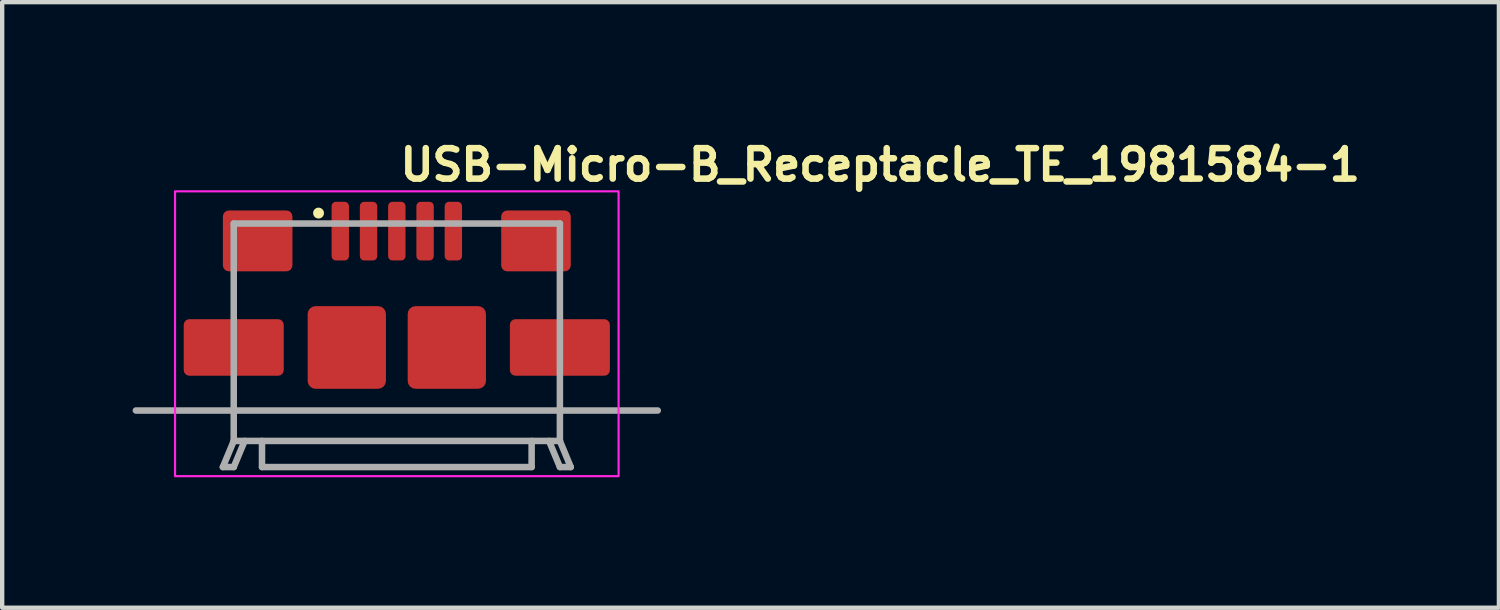
<source format=kicad_pcb>
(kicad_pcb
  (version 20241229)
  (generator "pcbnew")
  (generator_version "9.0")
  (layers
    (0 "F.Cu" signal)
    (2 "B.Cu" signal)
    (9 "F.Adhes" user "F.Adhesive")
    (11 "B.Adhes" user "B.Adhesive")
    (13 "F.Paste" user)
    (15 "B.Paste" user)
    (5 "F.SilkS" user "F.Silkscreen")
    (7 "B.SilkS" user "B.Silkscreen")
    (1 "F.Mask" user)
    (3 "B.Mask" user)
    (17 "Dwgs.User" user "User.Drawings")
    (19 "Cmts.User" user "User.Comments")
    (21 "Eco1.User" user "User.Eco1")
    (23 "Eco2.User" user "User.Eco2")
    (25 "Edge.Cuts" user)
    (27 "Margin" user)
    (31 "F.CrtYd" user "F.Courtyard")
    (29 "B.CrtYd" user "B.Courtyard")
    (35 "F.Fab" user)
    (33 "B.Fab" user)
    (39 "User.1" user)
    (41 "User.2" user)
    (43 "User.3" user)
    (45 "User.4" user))
  (footprint "USB-Micro-B_Receptacle_TE_1981584-1"
    (layer "F.Cu")
    (at 6.075 4.85)
    (property "Reference" "USB-Micro-B_Receptacle_TE_1981584-1" (at 0 -3.7 0) (layer "F.SilkS") (effects (font (size 0.7 0.7) (thickness 0.15)) (justify left bottom)))
    (attr smd)
    (fp_circle (center -1.8 -3) (end -1.75 -3) (stroke (width 0.15) (type solid)) (fill yes) (layer "F.SilkS"))
    (fp_rect (start -5.1 -3.5) (end 5.1 3.05) (stroke (width 0.05) (type solid)) (fill no) (layer "F.CrtYd"))
    (fp_line (start -6 1.54) (end 6 1.54) (stroke (width 0.15) (type solid)) (layer "F.Fab"))
    (fp_line (start -4 2.84) (end -3.75 2.84) (stroke (width 0.15) (type solid)) (layer "F.Fab"))
    (fp_line (start -3.75 -2.76) (end 3.75 -2.76) (stroke (width 0.15) (type solid)) (layer "F.Fab"))
    (fp_line (start -3.75 2.24) (end -4 2.84) (stroke (width 0.15) (type solid)) (layer "F.Fab"))
    (fp_line (start -3.75 2.24) (end -3.75 -2.76) (stroke (width 0.15) (type solid)) (layer "F.Fab"))
    (fp_line (start -3.75 2.84) (end -3.5 2.24) (stroke (width 0.15) (type solid)) (layer "F.Fab"))
    (fp_line (start -3.1 2.24) (end -3.1 2.84) (stroke (width 0.15) (type solid)) (layer "F.Fab"))
    (fp_line (start -3.1 2.84) (end 3.1 2.84) (stroke (width 0.15) (type solid)) (layer "F.Fab"))
    (fp_line (start 3.1 2.84) (end 3.1 2.24) (stroke (width 0.15) (type solid)) (layer "F.Fab"))
    (fp_line (start 3.75 -2.76) (end 3.75 2.24) (stroke (width 0.15) (type solid)) (layer "F.Fab"))
    (fp_line (start 3.75 2.24) (end -3.75 2.24) (stroke (width 0.15) (type solid)) (layer "F.Fab"))
    (fp_line (start 3.75 2.24) (end 4 2.84) (stroke (width 0.15) (type solid)) (layer "F.Fab"))
    (fp_line (start 3.75 2.84) (end 3.5 2.24) (stroke (width 0.15) (type solid)) (layer "F.Fab"))
    (fp_line (start 4 2.84) (end 3.75 2.84) (stroke (width 0.15) (type solid)) (layer "F.Fab"))
    (fp_rect (start -4.4 -2.8) (end 4.4 2.8) (stroke (width 0.1) (type solid)) (fill no) (layer "User.5"))
    (fp_line (start -4.4 -0.2) (end -4.4 0.3) (stroke (width 0.02) (type solid)) (layer "User.9"))
    (fp_line (start -4.4 0.3) (end -4.396 0.339) (stroke (width 0.02) (type solid)) (layer "User.9"))
    (fp_line (start -4.396 -0.239) (end -4.4 -0.2) (stroke (width 0.02) (type solid)) (layer "User.9"))
    (fp_line (start -4.396 0.339) (end -4.385 0.377) (stroke (width 0.02) (type solid)) (layer "User.9"))
    (fp_line (start -4.385 -0.277) (end -4.396 -0.239) (stroke (width 0.02) (type solid)) (layer "User.9"))
    (fp_line (start -4.385 0.377) (end -4.366 0.411) (stroke (width 0.02) (type solid)) (layer "User.9"))
    (fp_line (start -4.366 -0.311) (end -4.385 -0.277) (stroke (width 0.02) (type solid)) (layer "User.9"))
    (fp_line (start -4.366 0.411) (end -4.341 0.441) (stroke (width 0.02) (type solid)) (layer "User.9"))
    (fp_line (start -4.341 -0.341) (end -4.366 -0.311) (stroke (width 0.02) (type solid)) (layer "User.9"))
    (fp_line (start -4.341 0.441) (end -4.311 0.466) (stroke (width 0.02) (type solid)) (layer "User.9"))
    (fp_line (start -4.311 -0.366) (end -4.341 -0.341) (stroke (width 0.02) (type solid)) (layer "User.9"))
    (fp_line (start -4.311 0.466) (end -4.277 0.485) (stroke (width 0.02) (type solid)) (layer "User.9"))
    (fp_line (start -4.277 -0.385) (end -4.311 -0.366) (stroke (width 0.02) (type solid)) (layer "User.9"))
    (fp_line (start -4.277 0.485) (end -4.239 0.496) (stroke (width 0.02) (type solid)) (layer "User.9"))
    (fp_line (start -4.239 -0.396) (end -4.277 -0.385) (stroke (width 0.02) (type solid)) (layer "User.9"))
    (fp_line (start -4.239 0.496) (end -4.2 0.5) (stroke (width 0.02) (type solid)) (layer "User.9"))
    (fp_line (start -4.2 -0.4) (end -4.239 -0.396) (stroke (width 0.02) (type solid)) (layer "User.9"))
    (fp_line (start -4 2.589) (end -3.777 2.79) (stroke (width 0.02) (type solid)) (layer "User.9"))
    (fp_line (start -3.777 2.79) (end -3.527 2.512) (stroke (width 0.02) (type solid)) (layer "User.9"))
    (fp_line (start -3.75 -2.8) (end -3.75 2.2) (stroke (width 0.02) (type solid)) (layer "User.9"))
    (fp_line (start -3.75 -2.8) (end -3.747 -2.8) (stroke (width 0.02) (type solid)) (layer "User.9"))
    (fp_line (start -3.75 -0.4) (end -4.2 -0.4) (stroke (width 0.02) (type solid)) (layer "User.9"))
    (fp_line (start -3.75 0.5) (end -4.2 0.5) (stroke (width 0.02) (type solid)) (layer "User.9"))
    (fp_line (start -3.75 2.2) (end -3.75 2.312) (stroke (width 0.02) (type solid)) (layer "User.9"))
    (fp_line (start -3.75 2.2) (end -3.747 2.2) (stroke (width 0.02) (type solid)) (layer "User.9"))
    (fp_line (start -3.75 2.312) (end -4 2.589) (stroke (width 0.02) (type solid)) (layer "User.9"))
    (fp_line (start -3.747 -2.8) (end -3.737 -2.8) (stroke (width 0.02) (type solid)) (layer "User.9"))
    (fp_line (start -3.747 2.2) (end -3.737 2.2) (stroke (width 0.02) (type solid)) (layer "User.9"))
    (fp_line (start -3.737 -2.8) (end -3.722 -2.8) (stroke (width 0.02) (type solid)) (layer "User.9"))
    (fp_line (start -3.737 2.2) (end -3.722 2.2) (stroke (width 0.02) (type solid)) (layer "User.9"))
    (fp_line (start -3.722 -2.8) (end -3.7 -2.8) (stroke (width 0.02) (type solid)) (layer "User.9"))
    (fp_line (start -3.722 2.2) (end -3.7 2.2) (stroke (width 0.02) (type solid)) (layer "User.9"))
    (fp_line (start -3.7 -2.8) (end -3.673 -2.8) (stroke (width 0.02) (type solid)) (layer "User.9"))
    (fp_line (start -3.7 2.2) (end -3.673 2.2) (stroke (width 0.02) (type solid)) (layer "User.9"))
    (fp_line (start -3.673 -2.8) (end -3.641 -2.8) (stroke (width 0.02) (type solid)) (layer "User.9"))
    (fp_line (start -3.673 2.2) (end -3.641 2.2) (stroke (width 0.02) (type solid)) (layer "User.9"))
    (fp_line (start -3.641 -2.8) (end -3.604 -2.8) (stroke (width 0.02) (type solid)) (layer "User.9"))
    (fp_line (start -3.641 2.2) (end -3.604 2.2) (stroke (width 0.02) (type solid)) (layer "User.9"))
    (fp_line (start -3.604 -2.8) (end -3.562 -2.8) (stroke (width 0.02) (type solid)) (layer "User.9"))
    (fp_line (start -3.604 2.2) (end -3.562 2.2) (stroke (width 0.02) (type solid)) (layer "User.9"))
    (fp_line (start -3.562 -2.8) (end -3.516 -2.8) (stroke (width 0.02) (type solid)) (layer "User.9"))
    (fp_line (start -3.562 2.2) (end -3.516 2.2) (stroke (width 0.02) (type solid)) (layer "User.9"))
    (fp_line (start -3.527 2.512) (end -3.5 2.478) (stroke (width 0.02) (type solid)) (layer "User.9"))
    (fp_line (start -3.516 -2.8) (end -3.467 -2.8) (stroke (width 0.02) (type solid)) (layer "User.9"))
    (fp_line (start -3.516 2.2) (end -3.467 2.2) (stroke (width 0.02) (type solid)) (layer "User.9"))
    (fp_line (start -3.5 2.478) (end -3.479 2.439) (stroke (width 0.02) (type solid)) (layer "User.9"))
    (fp_line (start -3.479 2.439) (end -3.463 2.398) (stroke (width 0.02) (type solid)) (layer "User.9"))
    (fp_line (start -3.467 -2.8) (end -3.415 -2.8) (stroke (width 0.02) (type solid)) (layer "User.9"))
    (fp_line (start -3.467 2.2) (end -3.415 2.2) (stroke (width 0.02) (type solid)) (layer "User.9"))
    (fp_line (start -3.463 2.398) (end -3.453 2.355) (stroke (width 0.02) (type solid)) (layer "User.9"))
    (fp_line (start -3.453 2.355) (end -3.45 2.312) (stroke (width 0.02) (type solid)) (layer "User.9"))
    (fp_line (start -3.45 2.312) (end -3.45 2.2) (stroke (width 0.02) (type solid)) (layer "User.9"))
    (fp_line (start -3.415 -2.8) (end -3.361 -2.8) (stroke (width 0.02) (type solid)) (layer "User.9"))
    (fp_line (start -3.415 2.2) (end -3.361 2.2) (stroke (width 0.02) (type solid)) (layer "User.9"))
    (fp_line (start -3.361 -2.8) (end -3.306 -2.8) (stroke (width 0.02) (type solid)) (layer "User.9"))
    (fp_line (start -3.361 2.2) (end -3.306 2.2) (stroke (width 0.02) (type solid)) (layer "User.9"))
    (fp_line (start -3.306 -2.8) (end -3.25 -2.8) (stroke (width 0.02) (type solid)) (layer "User.9"))
    (fp_line (start -3.306 2.2) (end -3.25 2.2) (stroke (width 0.02) (type solid)) (layer "User.9"))
    (fp_line (start -3.25 -2.8) (end -3.25 2.2) (stroke (width 0.02) (type solid)) (layer "User.9"))
    (fp_line (start -3.25 -2.8) (end -2.849 -2.8) (stroke (width 0.02) (type solid)) (layer "User.9"))
    (fp_line (start -3.25 2.2) (end -3.1 2.2) (stroke (width 0.02) (type solid)) (layer "User.9"))
    (fp_line (start -3.15 -2) (end -3.15 -1.7) (stroke (width 0.02) (type solid)) (layer "User.9"))
    (fp_line (start -3.15 -1.7) (end -1.175 -1.7) (stroke (width 0.02) (type solid)) (layer "User.9"))
    (fp_line (start -3.1 2.2) (end -3.1 2.266) (stroke (width 0.02) (type solid)) (layer "User.9"))
    (fp_line (start -3.1 2.266) (end -3.1 2.599) (stroke (width 0.02) (type solid)) (layer "User.9"))
    (fp_line (start -3.1 2.266) (end 3.1 2.266) (stroke (width 0.02) (type solid)) (layer "User.9"))
    (fp_line (start -3.1 2.599) (end -3.1 2.8) (stroke (width 0.02) (type solid)) (layer "User.9"))
    (fp_line (start -3.1 2.599) (end 3.1 2.599) (stroke (width 0.02) (type solid)) (layer "User.9"))
    (fp_line (start -3.1 2.8) (end 3.1 2.8) (stroke (width 0.02) (type solid)) (layer "User.9"))
    (fp_line (start -2.849 -2.8) (end -2.843 -2.8) (stroke (width 0.02) (type solid)) (layer "User.9"))
    (fp_line (start -2.849 -2) (end -3.15 -2) (stroke (width 0.02) (type solid)) (layer "User.9"))
    (fp_line (start -2.849 -2) (end -2.849 -2.8) (stroke (width 0.02) (type solid)) (layer "User.9"))
    (fp_line (start -2.845 1.15) (end -2.842 1.176) (stroke (width 0.02) (type solid)) (layer "User.9"))
    (fp_line (start -2.843 -2.8) (end -2.837 -2.8) (stroke (width 0.02) (type solid)) (layer "User.9"))
    (fp_line (start -2.843 -2) (end -2.849 -2) (stroke (width 0.02) (type solid)) (layer "User.9"))
    (fp_line (start -2.842 1.124) (end -2.845 1.15) (stroke (width 0.02) (type solid)) (layer "User.9"))
    (fp_line (start -2.842 1.176) (end -2.832 1.2) (stroke (width 0.02) (type solid)) (layer "User.9"))
    (fp_line (start -2.837 -2.8) (end -2.832 -2.8) (stroke (width 0.02) (type solid)) (layer "User.9"))
    (fp_line (start -2.837 -2) (end -2.843 -2) (stroke (width 0.02) (type solid)) (layer "User.9"))
    (fp_line (start -2.832 -2.8) (end -2.826 -2.8) (stroke (width 0.02) (type solid)) (layer "User.9"))
    (fp_line (start -2.832 -2) (end -2.837 -2) (stroke (width 0.02) (type solid)) (layer "User.9"))
    (fp_line (start -2.832 1.1) (end -2.842 1.124) (stroke (width 0.02) (type solid)) (layer "User.9"))
    (fp_line (start -2.832 1.2) (end -2.816 1.221) (stroke (width 0.02) (type solid)) (layer "User.9"))
    (fp_line (start -2.826 -2.8) (end -2.82 -2.8) (stroke (width 0.02) (type solid)) (layer "User.9"))
    (fp_line (start -2.826 -2) (end -2.832 -2) (stroke (width 0.02) (type solid)) (layer "User.9"))
    (fp_line (start -2.82 -2.8) (end -2.814 -2.8) (stroke (width 0.02) (type solid)) (layer "User.9"))
    (fp_line (start -2.82 -2) (end -2.826 -2) (stroke (width 0.02) (type solid)) (layer "User.9"))
    (fp_line (start -2.816 1.221) (end -2.795 1.237) (stroke (width 0.02) (type solid)) (layer "User.9"))
    (fp_line (start -2.814 -2.8) (end -2.809 -2.8) (stroke (width 0.02) (type solid)) (layer "User.9"))
    (fp_line (start -2.814 -2) (end -2.82 -2) (stroke (width 0.02) (type solid)) (layer "User.9"))
    (fp_line (start -2.809 -2.8) (end -2.803 -2.8) (stroke (width 0.02) (type solid)) (layer "User.9"))
    (fp_line (start -2.809 -2) (end -2.814 -2) (stroke (width 0.02) (type solid)) (layer "User.9"))
    (fp_line (start -2.803 -2.8) (end -2.798 -2.8) (stroke (width 0.02) (type solid)) (layer "User.9"))
    (fp_line (start -2.803 -2) (end -2.809 -2) (stroke (width 0.02) (type solid)) (layer "User.9"))
    (fp_line (start -2.798 -2.8) (end -2.793 -2.8) (stroke (width 0.02) (type solid)) (layer "User.9"))
    (fp_line (start -2.798 -2) (end -2.803 -2) (stroke (width 0.02) (type solid)) (layer "User.9"))
    (fp_line (start -2.795 1.237) (end -2.771 1.247) (stroke (width 0.02) (type solid)) (layer "User.9"))
    (fp_line (start -2.793 -2.8) (end -2.788 -2.8) (stroke (width 0.02) (type solid)) (layer "User.9"))
    (fp_line (start -2.793 -2) (end -2.798 -2) (stroke (width 0.02) (type solid)) (layer "User.9"))
    (fp_line (start -2.788 -2.8) (end -2.784 -2.8) (stroke (width 0.02) (type solid)) (layer "User.9"))
    (fp_line (start -2.788 -2) (end -2.793 -2) (stroke (width 0.02) (type solid)) (layer "User.9"))
    (fp_line (start -2.784 -2.8) (end -2.779 -2.8) (stroke (width 0.02) (type solid)) (layer "User.9"))
    (fp_line (start -2.784 -2) (end -2.788 -2) (stroke (width 0.02) (type solid)) (layer "User.9"))
    (fp_line (start -2.779 -2.8) (end -2.775 -2.8) (stroke (width 0.02) (type solid)) (layer "User.9"))
    (fp_line (start -2.779 -2) (end -2.784 -2) (stroke (width 0.02) (type solid)) (layer "User.9"))
    (fp_line (start -2.775 -2.8) (end -2 -2.8) (stroke (width 0.02) (type solid)) (layer "User.9"))
    (fp_line (start -2.775 -2) (end -2.779 -2) (stroke (width 0.02) (type solid)) (layer "User.9"))
    (fp_line (start -2.775 -2) (end -2.775 -2.8) (stroke (width 0.02) (type solid)) (layer "User.9"))
    (fp_line (start -2.775 -2) (end -2.534 -2) (stroke (width 0.02) (type solid)) (layer "User.9"))
    (fp_line (start -2.771 1.247) (end -2.745 1.25) (stroke (width 0.02) (type solid)) (layer "User.9"))
    (fp_line (start -2.745 -0.25) (end -2.745 0.95) (stroke (width 0.02) (type solid)) (layer "User.9"))
    (fp_line (start -2.745 0.8) (end -2.69 0.8) (stroke (width 0.02) (type solid)) (layer "User.9"))
    (fp_line (start -2.745 0.95) (end -2.832 1.1) (stroke (width 0.02) (type solid)) (layer "User.9"))
    (fp_line (start -2.745 1.596) (end -2.745 1.25) (stroke (width 0.02) (type solid)) (layer "User.9"))
    (fp_line (start -2.745 1.706) (end -2.745 1.596) (stroke (width 0.02) (type solid)) (layer "User.9"))
    (fp_line (start -2.69 0.5) (end -2.745 0.5) (stroke (width 0.02) (type solid)) (layer "User.9"))
    (fp_line (start -2.69 0.5) (end -2.69 0.8) (stroke (width 0.02) (type solid)) (layer "User.9"))
    (fp_line (start -2.534 -2.05) (end -2.534 -2) (stroke (width 0.02) (type solid)) (layer "User.9"))
    (fp_line (start -2.534 -2.05) (end -1.175 -2.05) (stroke (width 0.02) (type solid)) (layer "User.9"))
    (fp_line (start -2.005 -0.25) (end -2.745 -0.25) (stroke (width 0.02) (type solid)) (layer "User.9"))
    (fp_line (start -2.005 0.95) (end -2.005 -0.25) (stroke (width 0.02) (type solid)) (layer "User.9"))
    (fp_line (start -2.005 1.25) (end -2.745 1.25) (stroke (width 0.02) (type solid)) (layer "User.9"))
    (fp_line (start -2.005 1.25) (end -1.979 1.247) (stroke (width 0.02) (type solid)) (layer "User.9"))
    (fp_line (start -2.005 1.596) (end -2.745 1.596) (stroke (width 0.02) (type solid)) (layer "User.9"))
    (fp_line (start -2.005 1.596) (end -2.005 1.25) (stroke (width 0.02) (type solid)) (layer "User.9"))
    (fp_line (start -2.005 1.706) (end -2.745 1.706) (stroke (width 0.02) (type solid)) (layer "User.9"))
    (fp_line (start -2.005 1.706) (end -2.005 1.596) (stroke (width 0.02) (type solid)) (layer "User.9"))
    (fp_line (start -2 -2.8) (end -2 -2.05) (stroke (width 0.02) (type solid)) (layer "User.9"))
    (fp_line (start -1.979 1.247) (end -1.955 1.237) (stroke (width 0.02) (type solid)) (layer "User.9"))
    (fp_line (start -1.955 1.237) (end -1.934 1.221) (stroke (width 0.02) (type solid)) (layer "User.9"))
    (fp_line (start -1.934 1.221) (end -1.918 1.2) (stroke (width 0.02) (type solid)) (layer "User.9"))
    (fp_line (start -1.918 1.1) (end -2.005 0.95) (stroke (width 0.02) (type solid)) (layer "User.9"))
    (fp_line (start -1.918 1.2) (end -1.908 1.176) (stroke (width 0.02) (type solid)) (layer "User.9"))
    (fp_line (start -1.908 1.124) (end -1.918 1.1) (stroke (width 0.02) (type solid)) (layer "User.9"))
    (fp_line (start -1.908 1.176) (end -1.905 1.15) (stroke (width 0.02) (type solid)) (layer "User.9"))
    (fp_line (start -1.905 1.15) (end -1.908 1.124) (stroke (width 0.02) (type solid)) (layer "User.9"))
    (fp_line (start -1.9 -2.8) (end -1.9 -2.5) (stroke (width 0.02) (type solid)) (layer "User.9"))
    (fp_line (start -1.9 -2.8) (end -1.175 -2.8) (stroke (width 0.02) (type solid)) (layer "User.9"))
    (fp_line (start -1.9 -2.5) (end -1.175 -2.5) (stroke (width 0.02) (type solid)) (layer "User.9"))
    (fp_line (start -1.425 -2.5) (end -1.425 -2.3) (stroke (width 0.02) (type solid)) (layer "User.9"))
    (fp_line (start -1.425 -2.3) (end -1.425 -2.289) (stroke (width 0.02) (type solid)) (layer "User.9"))
    (fp_line (start -1.425 -2.3) (end -1.175 -2.3) (stroke (width 0.02) (type solid)) (layer "User.9"))
    (fp_line (start -1.425 -2.289) (end -1.425 -2.278) (stroke (width 0.02) (type solid)) (layer "User.9"))
    (fp_line (start -1.425 -2.278) (end -1.425 -2.267) (stroke (width 0.02) (type solid)) (layer "User.9"))
    (fp_line (start -1.425 -2.267) (end -1.425 -2.257) (stroke (width 0.02) (type solid)) (layer "User.9"))
    (fp_line (start -1.425 -2.257) (end -1.425 -2.247) (stroke (width 0.02) (type solid)) (layer "User.9"))
    (fp_line (start -1.425 -2.247) (end -1.425 -2.238) (stroke (width 0.02) (type solid)) (layer "User.9"))
    (fp_line (start -1.425 -2.238) (end -1.425 -2.229) (stroke (width 0.02) (type solid)) (layer "User.9"))
    (fp_line (start -1.425 -2.229) (end -1.425 -2.222) (stroke (width 0.02) (type solid)) (layer "User.9"))
    (fp_line (start -1.425 -2.222) (end -1.425 -2.215) (stroke (width 0.02) (type solid)) (layer "User.9"))
    (fp_line (start -1.425 -2.215) (end -1.425 -2.21) (stroke (width 0.02) (type solid)) (layer "User.9"))
    (fp_line (start -1.425 -2.21) (end -1.425 -2.206) (stroke (width 0.02) (type solid)) (layer "User.9"))
    (fp_line (start -1.425 -2.206) (end -1.425 -2.203) (stroke (width 0.02) (type solid)) (layer "User.9"))
    (fp_line (start -1.425 -2.203) (end -1.425 -2.201) (stroke (width 0.02) (type solid)) (layer "User.9"))
    (fp_line (start -1.425 -2.201) (end -1.425 -2.2) (stroke (width 0.02) (type solid)) (layer "User.9"))
    (fp_line (start -1.425 -2.2) (end -1.425 -2.199) (stroke (width 0.02) (type solid)) (layer "User.9"))
    (fp_line (start -1.425 -2.2) (end -1.175 -2.2) (stroke (width 0.02) (type solid)) (layer "User.9"))
    (fp_line (start -1.425 -2.199) (end -1.425 -2.197) (stroke (width 0.02) (type solid)) (layer "User.9"))
    (fp_line (start -1.425 -2.197) (end -1.425 -2.192) (stroke (width 0.02) (type solid)) (layer "User.9"))
    (fp_line (start -1.425 -2.192) (end -1.425 -2.186) (stroke (width 0.02) (type solid)) (layer "User.9"))
    (fp_line (start -1.425 -2.186) (end -1.425 -2.179) (stroke (width 0.02) (type solid)) (layer "User.9"))
    (fp_line (start -1.425 -2.179) (end -1.425 -2.17) (stroke (width 0.02) (type solid)) (layer "User.9"))
    (fp_line (start -1.425 -2.17) (end -1.425 -2.159) (stroke (width 0.02) (type solid)) (layer "User.9"))
    (fp_line (start -1.425 -2.159) (end -1.425 -2.147) (stroke (width 0.02) (type solid)) (layer "User.9"))
    (fp_line (start -1.425 -2.147) (end -1.425 -2.134) (stroke (width 0.02) (type solid)) (layer "User.9"))
    (fp_line (start -1.425 -2.134) (end -1.425 -2.119) (stroke (width 0.02) (type solid)) (layer "User.9"))
    (fp_line (start -1.425 -2.119) (end -1.425 -2.103) (stroke (width 0.02) (type solid)) (layer "User.9"))
    (fp_line (start -1.425 -2.103) (end -1.425 -2.086) (stroke (width 0.02) (type solid)) (layer "User.9"))
    (fp_line (start -1.425 -2.086) (end -1.425 -2.069) (stroke (width 0.02) (type solid)) (layer "User.9"))
    (fp_line (start -1.425 -2.069) (end -1.425 -2.05) (stroke (width 0.02) (type solid)) (layer "User.9"))
    (fp_line (start -1.175 -2.8) (end -0.775 -2.8) (stroke (width 0.02) (type solid)) (layer "User.9"))
    (fp_line (start -1.175 -2.799) (end -1.175 -2.8) (stroke (width 0.02) (type solid)) (layer "User.9"))
    (fp_line (start -1.175 -2.797) (end -1.175 -2.799) (stroke (width 0.02) (type solid)) (layer "User.9"))
    (fp_line (start -1.175 -2.794) (end -1.175 -2.797) (stroke (width 0.02) (type solid)) (layer "User.9"))
    (fp_line (start -1.175 -2.79) (end -1.175 -2.794) (stroke (width 0.02) (type solid)) (layer "User.9"))
    (fp_line (start -1.175 -2.785) (end -1.175 -2.79) (stroke (width 0.02) (type solid)) (layer "User.9"))
    (fp_line (start -1.175 -2.778) (end -1.175 -2.785) (stroke (width 0.02) (type solid)) (layer "User.9"))
    (fp_line (start -1.175 -2.771) (end -1.175 -2.778) (stroke (width 0.02) (type solid)) (layer "User.9"))
    (fp_line (start -1.175 -2.762) (end -1.175 -2.771) (stroke (width 0.02) (type solid)) (layer "User.9"))
    (fp_line (start -1.175 -2.753) (end -1.175 -2.762) (stroke (width 0.02) (type solid)) (layer "User.9"))
    (fp_line (start -1.175 -2.743) (end -1.175 -2.753) (stroke (width 0.02) (type solid)) (layer "User.9"))
    (fp_line (start -1.175 -2.733) (end -1.175 -2.743) (stroke (width 0.02) (type solid)) (layer "User.9"))
    (fp_line (start -1.175 -2.722) (end -1.175 -2.733) (stroke (width 0.02) (type solid)) (layer "User.9"))
    (fp_line (start -1.175 -2.711) (end -1.175 -2.722) (stroke (width 0.02) (type solid)) (layer "User.9"))
    (fp_line (start -1.175 -2.7) (end -1.175 -2.711) (stroke (width 0.02) (type solid)) (layer "User.9"))
    (fp_line (start -1.175 -2.7) (end -1.175 -1.7) (stroke (width 0.02) (type solid)) (layer "User.9"))
    (fp_line (start -1.175 -2.7) (end -0.775 -2.7) (stroke (width 0.02) (type solid)) (layer "User.9"))
    (fp_line (start -0.775 -2.8) (end -0.775 -2.799) (stroke (width 0.02) (type solid)) (layer "User.9"))
    (fp_line (start -0.775 -2.8) (end -0.774 -2.8) (stroke (width 0.02) (type solid)) (layer "User.9"))
    (fp_line (start -0.775 -2.799) (end -0.775 -2.797) (stroke (width 0.02) (type solid)) (layer "User.9"))
    (fp_line (start -0.775 -2.797) (end -0.775 -2.794) (stroke (width 0.02) (type solid)) (layer "User.9"))
    (fp_line (start -0.775 -2.794) (end -0.775 -2.79) (stroke (width 0.02) (type solid)) (layer "User.9"))
    (fp_line (start -0.775 -2.79) (end -0.775 -2.785) (stroke (width 0.02) (type solid)) (layer "User.9"))
    (fp_line (start -0.775 -2.785) (end -0.775 -2.778) (stroke (width 0.02) (type solid)) (layer "User.9"))
    (fp_line (start -0.775 -2.778) (end -0.775 -2.771) (stroke (width 0.02) (type solid)) (layer "User.9"))
    (fp_line (start -0.775 -2.771) (end -0.775 -2.762) (stroke (width 0.02) (type solid)) (layer "User.9"))
    (fp_line (start -0.775 -2.762) (end -0.775 -2.753) (stroke (width 0.02) (type solid)) (layer "User.9"))
    (fp_line (start -0.775 -2.753) (end -0.775 -2.743) (stroke (width 0.02) (type solid)) (layer "User.9"))
    (fp_line (start -0.775 -2.743) (end -0.775 -2.733) (stroke (width 0.02) (type solid)) (layer "User.9"))
    (fp_line (start -0.775 -2.733) (end -0.775 -2.722) (stroke (width 0.02) (type solid)) (layer "User.9"))
    (fp_line (start -0.775 -2.722) (end -0.775 -2.711) (stroke (width 0.02) (type solid)) (layer "User.9"))
    (fp_line (start -0.775 -2.711) (end -0.775 -2.7) (stroke (width 0.02) (type solid)) (layer "User.9"))
    (fp_line (start -0.775 -2.7) (end -0.775 -1.7) (stroke (width 0.02) (type solid)) (layer "User.9"))
    (fp_line (start -0.775 -2.3) (end -0.525 -2.3) (stroke (width 0.02) (type solid)) (layer "User.9"))
    (fp_line (start -0.775 -2.2) (end -0.525 -2.2) (stroke (width 0.02) (type solid)) (layer "User.9"))
    (fp_line (start -0.775 -1.7) (end 0.775 -1.7) (stroke (width 0.02) (type solid)) (layer "User.9"))
    (fp_line (start -0.774 -2.8) (end -0.772 -2.8) (stroke (width 0.02) (type solid)) (layer "User.9"))
    (fp_line (start -0.774 -2.5) (end -0.775 -2.5) (stroke (width 0.02) (type solid)) (layer "User.9"))
    (fp_line (start -0.772 -2.8) (end -0.769 -2.8) (stroke (width 0.02) (type solid)) (layer "User.9"))
    (fp_line (start -0.772 -2.5) (end -0.774 -2.5) (stroke (width 0.02) (type solid)) (layer "User.9"))
    (fp_line (start -0.769 -2.8) (end -0.765 -2.8) (stroke (width 0.02) (type solid)) (layer "User.9"))
    (fp_line (start -0.769 -2.5) (end -0.772 -2.5) (stroke (width 0.02) (type solid)) (layer "User.9"))
    (fp_line (start -0.765 -2.8) (end -0.76 -2.8) (stroke (width 0.02) (type solid)) (layer "User.9"))
    (fp_line (start -0.765 -2.5) (end -0.769 -2.5) (stroke (width 0.02) (type solid)) (layer "User.9"))
    (fp_line (start -0.76 -2.8) (end -0.753 -2.8) (stroke (width 0.02) (type solid)) (layer "User.9"))
    (fp_line (start -0.76 -2.5) (end -0.765 -2.5) (stroke (width 0.02) (type solid)) (layer "User.9"))
    (fp_line (start -0.753 -2.8) (end -0.746 -2.8) (stroke (width 0.02) (type solid)) (layer "User.9"))
    (fp_line (start -0.753 -2.5) (end -0.76 -2.5) (stroke (width 0.02) (type solid)) (layer "User.9"))
    (fp_line (start -0.746 -2.8) (end -0.737 -2.8) (stroke (width 0.02) (type solid)) (layer "User.9"))
    (fp_line (start -0.746 -2.5) (end -0.753 -2.5) (stroke (width 0.02) (type solid)) (layer "User.9"))
    (fp_line (start -0.737 -2.8) (end -0.728 -2.8) (stroke (width 0.02) (type solid)) (layer "User.9"))
    (fp_line (start -0.737 -2.5) (end -0.746 -2.5) (stroke (width 0.02) (type solid)) (layer "User.9"))
    (fp_line (start -0.728 -2.8) (end -0.718 -2.8) (stroke (width 0.02) (type solid)) (layer "User.9"))
    (fp_line (start -0.728 -2.5) (end -0.737 -2.5) (stroke (width 0.02) (type solid)) (layer "User.9"))
    (fp_line (start -0.718 -2.8) (end -0.708 -2.8) (stroke (width 0.02) (type solid)) (layer "User.9"))
    (fp_line (start -0.718 -2.5) (end -0.728 -2.5) (stroke (width 0.02) (type solid)) (layer "User.9"))
    (fp_line (start -0.708 -2.8) (end -0.697 -2.8) (stroke (width 0.02) (type solid)) (layer "User.9"))
    (fp_line (start -0.708 -2.5) (end -0.718 -2.5) (stroke (width 0.02) (type solid)) (layer "User.9"))
    (fp_line (start -0.697 -2.8) (end -0.686 -2.8) (stroke (width 0.02) (type solid)) (layer "User.9"))
    (fp_line (start -0.697 -2.5) (end -0.708 -2.5) (stroke (width 0.02) (type solid)) (layer "User.9"))
    (fp_line (start -0.686 -2.8) (end -0.675 -2.8) (stroke (width 0.02) (type solid)) (layer "User.9"))
    (fp_line (start -0.686 -2.5) (end -0.697 -2.5) (stroke (width 0.02) (type solid)) (layer "User.9"))
    (fp_line (start -0.675 -2.8) (end 0.675 -2.8) (stroke (width 0.02) (type solid)) (layer "User.9"))
    (fp_line (start -0.675 -2.5) (end -0.686 -2.5) (stroke (width 0.02) (type solid)) (layer "User.9"))
    (fp_line (start -0.675 -2.5) (end -0.675 -2.8) (stroke (width 0.02) (type solid)) (layer "User.9"))
    (fp_line (start -0.675 -2.5) (end 0.675 -2.5) (stroke (width 0.02) (type solid)) (layer "User.9"))
    (fp_line (start -0.525 -2.5) (end -0.525 -2.3) (stroke (width 0.02) (type solid)) (layer "User.9"))
    (fp_line (start -0.525 -2.3) (end -0.525 -2.289) (stroke (width 0.02) (type solid)) (layer "User.9"))
    (fp_line (start -0.525 -2.289) (end -0.525 -2.278) (stroke (width 0.02) (type solid)) (layer "User.9"))
    (fp_line (start -0.525 -2.278) (end -0.525 -2.267) (stroke (width 0.02) (type solid)) (layer "User.9"))
    (fp_line (start -0.525 -2.267) (end -0.525 -2.257) (stroke (width 0.02) (type solid)) (layer "User.9"))
    (fp_line (start -0.525 -2.257) (end -0.525 -2.247) (stroke (width 0.02) (type solid)) (layer "User.9"))
    (fp_line (start -0.525 -2.247) (end -0.525 -2.238) (stroke (width 0.02) (type solid)) (layer "User.9"))
    (fp_line (start -0.525 -2.238) (end -0.525 -2.229) (stroke (width 0.02) (type solid)) (layer "User.9"))
    (fp_line (start -0.525 -2.229) (end -0.525 -2.222) (stroke (width 0.02) (type solid)) (layer "User.9"))
    (fp_line (start -0.525 -2.222) (end -0.525 -2.215) (stroke (width 0.02) (type solid)) (layer "User.9"))
    (fp_line (start -0.525 -2.215) (end -0.525 -2.21) (stroke (width 0.02) (type solid)) (layer "User.9"))
    (fp_line (start -0.525 -2.21) (end -0.525 -2.206) (stroke (width 0.02) (type solid)) (layer "User.9"))
    (fp_line (start -0.525 -2.206) (end -0.525 -2.203) (stroke (width 0.02) (type solid)) (layer "User.9"))
    (fp_line (start -0.525 -2.203) (end -0.525 -2.201) (stroke (width 0.02) (type solid)) (layer "User.9"))
    (fp_line (start -0.525 -2.201) (end -0.525 -2.2) (stroke (width 0.02) (type solid)) (layer "User.9"))
    (fp_line (start -0.525 -2.2) (end -0.525 -2.199) (stroke (width 0.02) (type solid)) (layer "User.9"))
    (fp_line (start -0.525 -2.199) (end -0.525 -2.197) (stroke (width 0.02) (type solid)) (layer "User.9"))
    (fp_line (start -0.525 -2.197) (end -0.525 -2.192) (stroke (width 0.02) (type solid)) (layer "User.9"))
    (fp_line (start -0.525 -2.192) (end -0.525 -2.186) (stroke (width 0.02) (type solid)) (layer "User.9"))
    (fp_line (start -0.525 -2.186) (end -0.525 -2.179) (stroke (width 0.02) (type solid)) (layer "User.9"))
    (fp_line (start -0.525 -2.179) (end -0.525 -2.17) (stroke (width 0.02) (type solid)) (layer "User.9"))
    (fp_line (start -0.525 -2.17) (end -0.525 -2.159) (stroke (width 0.02) (type solid)) (layer "User.9"))
    (fp_line (start -0.525 -2.159) (end -0.525 -2.147) (stroke (width 0.02) (type solid)) (layer "User.9"))
    (fp_line (start -0.525 -2.147) (end -0.525 -2.134) (stroke (width 0.02) (type solid)) (layer "User.9"))
    (fp_line (start -0.525 -2.134) (end -0.525 -2.119) (stroke (width 0.02) (type solid)) (layer "User.9"))
    (fp_line (start -0.525 -2.119) (end -0.525 -2.103) (stroke (width 0.02) (type solid)) (layer "User.9"))
    (fp_line (start -0.525 -2.103) (end -0.525 -2.086) (stroke (width 0.02) (type solid)) (layer "User.9"))
    (fp_line (start -0.525 -2.086) (end -0.525 -2.069) (stroke (width 0.02) (type solid)) (layer "User.9"))
    (fp_line (start -0.525 -2.069) (end -0.525 -2.05) (stroke (width 0.02) (type solid)) (layer "User.9"))
    (fp_line (start -0.125 -2.5) (end -0.125 -2.3) (stroke (width 0.02) (type solid)) (layer "User.9"))
    (fp_line (start -0.125 -2.3) (end -0.125 -2.289) (stroke (width 0.02) (type solid)) (layer "User.9"))
    (fp_line (start -0.125 -2.3) (end 0.125 -2.3) (stroke (width 0.02) (type solid)) (layer "User.9"))
    (fp_line (start -0.125 -2.289) (end -0.125 -2.278) (stroke (width 0.02) (type solid)) (layer "User.9"))
    (fp_line (start -0.125 -2.278) (end -0.125 -2.267) (stroke (width 0.02) (type solid)) (layer "User.9"))
    (fp_line (start -0.125 -2.267) (end -0.125 -2.257) (stroke (width 0.02) (type solid)) (layer "User.9"))
    (fp_line (start -0.125 -2.257) (end -0.125 -2.247) (stroke (width 0.02) (type solid)) (layer "User.9"))
    (fp_line (start -0.125 -2.247) (end -0.125 -2.238) (stroke (width 0.02) (type solid)) (layer "User.9"))
    (fp_line (start -0.125 -2.238) (end -0.125 -2.229) (stroke (width 0.02) (type solid)) (layer "User.9"))
    (fp_line (start -0.125 -2.229) (end -0.125 -2.222) (stroke (width 0.02) (type solid)) (layer "User.9"))
    (fp_line (start -0.125 -2.222) (end -0.125 -2.215) (stroke (width 0.02) (type solid)) (layer "User.9"))
    (fp_line (start -0.125 -2.215) (end -0.125 -2.21) (stroke (width 0.02) (type solid)) (layer "User.9"))
    (fp_line (start -0.125 -2.21) (end -0.125 -2.206) (stroke (width 0.02) (type solid)) (layer "User.9"))
    (fp_line (start -0.125 -2.206) (end -0.125 -2.203) (stroke (width 0.02) (type solid)) (layer "User.9"))
    (fp_line (start -0.125 -2.203) (end -0.125 -2.201) (stroke (width 0.02) (type solid)) (layer "User.9"))
    (fp_line (start -0.125 -2.201) (end -0.125 -2.2) (stroke (width 0.02) (type solid)) (layer "User.9"))
    (fp_line (start -0.125 -2.2) (end -0.125 -2.199) (stroke (width 0.02) (type solid)) (layer "User.9"))
    (fp_line (start -0.125 -2.2) (end 0.125 -2.2) (stroke (width 0.02) (type solid)) (layer "User.9"))
    (fp_line (start -0.125 -2.199) (end -0.125 -2.197) (stroke (width 0.02) (type solid)) (layer "User.9"))
    (fp_line (start -0.125 -2.197) (end -0.125 -2.192) (stroke (width 0.02) (type solid)) (layer "User.9"))
    (fp_line (start -0.125 -2.192) (end -0.125 -2.186) (stroke (width 0.02) (type solid)) (layer "User.9"))
    (fp_line (start -0.125 -2.186) (end -0.125 -2.179) (stroke (width 0.02) (type solid)) (layer "User.9"))
    (fp_line (start -0.125 -2.179) (end -0.125 -2.17) (stroke (width 0.02) (type solid)) (layer "User.9"))
    (fp_line (start -0.125 -2.17) (end -0.125 -2.159) (stroke (width 0.02) (type solid)) (layer "User.9"))
    (fp_line (start -0.125 -2.159) (end -0.125 -2.147) (stroke (width 0.02) (type solid)) (layer "User.9"))
    (fp_line (start -0.125 -2.147) (end -0.125 -2.134) (stroke (width 0.02) (type solid)) (layer "User.9"))
    (fp_line (start -0.125 -2.134) (end -0.125 -2.119) (stroke (width 0.02) (type solid)) (layer "User.9"))
    (fp_line (start -0.125 -2.119) (end -0.125 -2.103) (stroke (width 0.02) (type solid)) (layer "User.9"))
    (fp_line (start -0.125 -2.103) (end -0.125 -2.086) (stroke (width 0.02) (type solid)) (layer "User.9"))
    (fp_line (start -0.125 -2.086) (end -0.125 -2.069) (stroke (width 0.02) (type solid)) (layer "User.9"))
    (fp_line (start -0.125 -2.069) (end -0.125 -2.05) (stroke (width 0.02) (type solid)) (layer "User.9"))
    (fp_line (start 0.125 -2.5) (end 0.125 -2.3) (stroke (width 0.02) (type solid)) (layer "User.9"))
    (fp_line (start 0.125 -2.3) (end 0.125 -2.289) (stroke (width 0.02) (type solid)) (layer "User.9"))
    (fp_line (start 0.125 -2.289) (end 0.125 -2.278) (stroke (width 0.02) (type solid)) (layer "User.9"))
    (fp_line (start 0.125 -2.278) (end 0.125 -2.267) (stroke (width 0.02) (type solid)) (layer "User.9"))
    (fp_line (start 0.125 -2.267) (end 0.125 -2.257) (stroke (width 0.02) (type solid)) (layer "User.9"))
    (fp_line (start 0.125 -2.257) (end 0.125 -2.247) (stroke (width 0.02) (type solid)) (layer "User.9"))
    (fp_line (start 0.125 -2.247) (end 0.125 -2.238) (stroke (width 0.02) (type solid)) (layer "User.9"))
    (fp_line (start 0.125 -2.238) (end 0.125 -2.229) (stroke (width 0.02) (type solid)) (layer "User.9"))
    (fp_line (start 0.125 -2.229) (end 0.125 -2.222) (stroke (width 0.02) (type solid)) (layer "User.9"))
    (fp_line (start 0.125 -2.222) (end 0.125 -2.215) (stroke (width 0.02) (type solid)) (layer "User.9"))
    (fp_line (start 0.125 -2.215) (end 0.125 -2.21) (stroke (width 0.02) (type solid)) (layer "User.9"))
    (fp_line (start 0.125 -2.21) (end 0.125 -2.206) (stroke (width 0.02) (type solid)) (layer "User.9"))
    (fp_line (start 0.125 -2.206) (end 0.125 -2.203) (stroke (width 0.02) (type solid)) (layer "User.9"))
    (fp_line (start 0.125 -2.203) (end 0.125 -2.201) (stroke (width 0.02) (type solid)) (layer "User.9"))
    (fp_line (start 0.125 -2.201) (end 0.125 -2.2) (stroke (width 0.02) (type solid)) (layer "User.9"))
    (fp_line (start 0.125 -2.2) (end 0.125 -2.199) (stroke (width 0.02) (type solid)) (layer "User.9"))
    (fp_line (start 0.125 -2.199) (end 0.125 -2.197) (stroke (width 0.02) (type solid)) (layer "User.9"))
    (fp_line (start 0.125 -2.197) (end 0.125 -2.192) (stroke (width 0.02) (type solid)) (layer "User.9"))
    (fp_line (start 0.125 -2.192) (end 0.125 -2.186) (stroke (width 0.02) (type solid)) (layer "User.9"))
    (fp_line (start 0.125 -2.186) (end 0.125 -2.179) (stroke (width 0.02) (type solid)) (layer "User.9"))
    (fp_line (start 0.125 -2.179) (end 0.125 -2.17) (stroke (width 0.02) (type solid)) (layer "User.9"))
    (fp_line (start 0.125 -2.17) (end 0.125 -2.159) (stroke (width 0.02) (type solid)) (layer "User.9"))
    (fp_line (start 0.125 -2.159) (end 0.125 -2.147) (stroke (width 0.02) (type solid)) (layer "User.9"))
    (fp_line (start 0.125 -2.147) (end 0.125 -2.134) (stroke (width 0.02) (type solid)) (layer "User.9"))
    (fp_line (start 0.125 -2.134) (end 0.125 -2.119) (stroke (width 0.02) (type solid)) (layer "User.9"))
    (fp_line (start 0.125 -2.119) (end 0.125 -2.103) (stroke (width 0.02) (type solid)) (layer "User.9"))
    (fp_line (start 0.125 -2.103) (end 0.125 -2.086) (stroke (width 0.02) (type solid)) (layer "User.9"))
    (fp_line (start 0.125 -2.086) (end 0.125 -2.069) (stroke (width 0.02) (type solid)) (layer "User.9"))
    (fp_line (start 0.125 -2.069) (end 0.125 -2.05) (stroke (width 0.02) (type solid)) (layer "User.9"))
    (fp_line (start 0.525 -2.5) (end 0.525 -2.3) (stroke (width 0.02) (type solid)) (layer "User.9"))
    (fp_line (start 0.525 -2.3) (end 0.525 -2.289) (stroke (width 0.02) (type solid)) (layer "User.9"))
    (fp_line (start 0.525 -2.3) (end 0.775 -2.3) (stroke (width 0.02) (type solid)) (layer "User.9"))
    (fp_line (start 0.525 -2.289) (end 0.525 -2.278) (stroke (width 0.02) (type solid)) (layer "User.9"))
    (fp_line (start 0.525 -2.278) (end 0.525 -2.267) (stroke (width 0.02) (type solid)) (layer "User.9"))
    (fp_line (start 0.525 -2.267) (end 0.525 -2.257) (stroke (width 0.02) (type solid)) (layer "User.9"))
    (fp_line (start 0.525 -2.257) (end 0.525 -2.247) (stroke (width 0.02) (type solid)) (layer "User.9"))
    (fp_line (start 0.525 -2.247) (end 0.525 -2.238) (stroke (width 0.02) (type solid)) (layer "User.9"))
    (fp_line (start 0.525 -2.238) (end 0.525 -2.229) (stroke (width 0.02) (type solid)) (layer "User.9"))
    (fp_line (start 0.525 -2.229) (end 0.525 -2.222) (stroke (width 0.02) (type solid)) (layer "User.9"))
    (fp_line (start 0.525 -2.222) (end 0.525 -2.215) (stroke (width 0.02) (type solid)) (layer "User.9"))
    (fp_line (start 0.525 -2.215) (end 0.525 -2.21) (stroke (width 0.02) (type solid)) (layer "User.9"))
    (fp_line (start 0.525 -2.21) (end 0.525 -2.206) (stroke (width 0.02) (type solid)) (layer "User.9"))
    (fp_line (start 0.525 -2.206) (end 0.525 -2.203) (stroke (width 0.02) (type solid)) (layer "User.9"))
    (fp_line (start 0.525 -2.203) (end 0.525 -2.201) (stroke (width 0.02) (type solid)) (layer "User.9"))
    (fp_line (start 0.525 -2.201) (end 0.525 -2.2) (stroke (width 0.02) (type solid)) (layer "User.9"))
    (fp_line (start 0.525 -2.2) (end 0.525 -2.199) (stroke (width 0.02) (type solid)) (layer "User.9"))
    (fp_line (start 0.525 -2.2) (end 0.775 -2.2) (stroke (width 0.02) (type solid)) (layer "User.9"))
    (fp_line (start 0.525 -2.199) (end 0.525 -2.197) (stroke (width 0.02) (type solid)) (layer "User.9"))
    (fp_line (start 0.525 -2.197) (end 0.525 -2.192) (stroke (width 0.02) (type solid)) (layer "User.9"))
    (fp_line (start 0.525 -2.192) (end 0.525 -2.186) (stroke (width 0.02) (type solid)) (layer "User.9"))
    (fp_line (start 0.525 -2.186) (end 0.525 -2.179) (stroke (width 0.02) (type solid)) (layer "User.9"))
    (fp_line (start 0.525 -2.179) (end 0.525 -2.17) (stroke (width 0.02) (type solid)) (layer "User.9"))
    (fp_line (start 0.525 -2.17) (end 0.525 -2.159) (stroke (width 0.02) (type solid)) (layer "User.9"))
    (fp_line (start 0.525 -2.159) (end 0.525 -2.147) (stroke (width 0.02) (type solid)) (layer "User.9"))
    (fp_line (start 0.525 -2.147) (end 0.525 -2.134) (stroke (width 0.02) (type solid)) (layer "User.9"))
    (fp_line (start 0.525 -2.134) (end 0.525 -2.119) (stroke (width 0.02) (type solid)) (layer "User.9"))
    (fp_line (start 0.525 -2.119) (end 0.525 -2.103) (stroke (width 0.02) (type solid)) (layer "User.9"))
    (fp_line (start 0.525 -2.103) (end 0.525 -2.086) (stroke (width 0.02) (type solid)) (layer "User.9"))
    (fp_line (start 0.525 -2.086) (end 0.525 -2.069) (stroke (width 0.02) (type solid)) (layer "User.9"))
    (fp_line (start 0.525 -2.069) (end 0.525 -2.05) (stroke (width 0.02) (type solid)) (layer "User.9"))
    (fp_line (start 0.675 -2.8) (end 0.686 -2.8) (stroke (width 0.02) (type solid)) (layer "User.9"))
    (fp_line (start 0.675 -2.5) (end 0.675 -2.8) (stroke (width 0.02) (type solid)) (layer "User.9"))
    (fp_line (start 0.686 -2.8) (end 0.697 -2.8) (stroke (width 0.02) (type solid)) (layer "User.9"))
    (fp_line (start 0.686 -2.5) (end 0.675 -2.5) (stroke (width 0.02) (type solid)) (layer "User.9"))
    (fp_line (start 0.697 -2.8) (end 0.708 -2.8) (stroke (width 0.02) (type solid)) (layer "User.9"))
    (fp_line (start 0.697 -2.5) (end 0.686 -2.5) (stroke (width 0.02) (type solid)) (layer "User.9"))
    (fp_line (start 0.708 -2.8) (end 0.718 -2.8) (stroke (width 0.02) (type solid)) (layer "User.9"))
    (fp_line (start 0.708 -2.5) (end 0.697 -2.5) (stroke (width 0.02) (type solid)) (layer "User.9"))
    (fp_line (start 0.718 -2.8) (end 0.728 -2.8) (stroke (width 0.02) (type solid)) (layer "User.9"))
    (fp_line (start 0.718 -2.5) (end 0.708 -2.5) (stroke (width 0.02) (type solid)) (layer "User.9"))
    (fp_line (start 0.728 -2.8) (end 0.737 -2.8) (stroke (width 0.02) (type solid)) (layer "User.9"))
    (fp_line (start 0.728 -2.5) (end 0.718 -2.5) (stroke (width 0.02) (type solid)) (layer "User.9"))
    (fp_line (start 0.737 -2.8) (end 0.746 -2.8) (stroke (width 0.02) (type solid)) (layer "User.9"))
    (fp_line (start 0.737 -2.5) (end 0.728 -2.5) (stroke (width 0.02) (type solid)) (layer "User.9"))
    (fp_line (start 0.746 -2.8) (end 0.753 -2.8) (stroke (width 0.02) (type solid)) (layer "User.9"))
    (fp_line (start 0.746 -2.5) (end 0.737 -2.5) (stroke (width 0.02) (type solid)) (layer "User.9"))
    (fp_line (start 0.753 -2.8) (end 0.76 -2.8) (stroke (width 0.02) (type solid)) (layer "User.9"))
    (fp_line (start 0.753 -2.5) (end 0.746 -2.5) (stroke (width 0.02) (type solid)) (layer "User.9"))
    (fp_line (start 0.76 -2.8) (end 0.765 -2.8) (stroke (width 0.02) (type solid)) (layer "User.9"))
    (fp_line (start 0.76 -2.5) (end 0.753 -2.5) (stroke (width 0.02) (type solid)) (layer "User.9"))
    (fp_line (start 0.765 -2.8) (end 0.769 -2.8) (stroke (width 0.02) (type solid)) (layer "User.9"))
    (fp_line (start 0.765 -2.5) (end 0.76 -2.5) (stroke (width 0.02) (type solid)) (layer "User.9"))
    (fp_line (start 0.769 -2.8) (end 0.772 -2.8) (stroke (width 0.02) (type solid)) (layer "User.9"))
    (fp_line (start 0.769 -2.5) (end 0.765 -2.5) (stroke (width 0.02) (type solid)) (layer "User.9"))
    (fp_line (start 0.772 -2.8) (end 0.774 -2.8) (stroke (width 0.02) (type solid)) (layer "User.9"))
    (fp_line (start 0.772 -2.5) (end 0.769 -2.5) (stroke (width 0.02) (type solid)) (layer "User.9"))
    (fp_line (start 0.774 -2.8) (end 0.775 -2.8) (stroke (width 0.02) (type solid)) (layer "User.9"))
    (fp_line (start 0.774 -2.5) (end 0.772 -2.5) (stroke (width 0.02) (type solid)) (layer "User.9"))
    (fp_line (start 0.775 -2.8) (end 1.175 -2.8) (stroke (width 0.02) (type solid)) (layer "User.9"))
    (fp_line (start 0.775 -2.799) (end 0.775 -2.8) (stroke (width 0.02) (type solid)) (layer "User.9"))
    (fp_line (start 0.775 -2.797) (end 0.775 -2.799) (stroke (width 0.02) (type solid)) (layer "User.9"))
    (fp_line (start 0.775 -2.794) (end 0.775 -2.797) (stroke (width 0.02) (type solid)) (layer "User.9"))
    (fp_line (start 0.775 -2.79) (end 0.775 -2.794) (stroke (width 0.02) (type solid)) (layer "User.9"))
    (fp_line (start 0.775 -2.785) (end 0.775 -2.79) (stroke (width 0.02) (type solid)) (layer "User.9"))
    (fp_line (start 0.775 -2.778) (end 0.775 -2.785) (stroke (width 0.02) (type solid)) (layer "User.9"))
    (fp_line (start 0.775 -2.771) (end 0.775 -2.778) (stroke (width 0.02) (type solid)) (layer "User.9"))
    (fp_line (start 0.775 -2.762) (end 0.775 -2.771) (stroke (width 0.02) (type solid)) (layer "User.9"))
    (fp_line (start 0.775 -2.753) (end 0.775 -2.762) (stroke (width 0.02) (type solid)) (layer "User.9"))
    (fp_line (start 0.775 -2.743) (end 0.775 -2.753) (stroke (width 0.02) (type solid)) (layer "User.9"))
    (fp_line (start 0.775 -2.733) (end 0.775 -2.743) (stroke (width 0.02) (type solid)) (layer "User.9"))
    (fp_line (start 0.775 -2.722) (end 0.775 -2.733) (stroke (width 0.02) (type solid)) (layer "User.9"))
    (fp_line (start 0.775 -2.711) (end 0.775 -2.722) (stroke (width 0.02) (type solid)) (layer "User.9"))
    (fp_line (start 0.775 -2.7) (end 0.775 -2.711) (stroke (width 0.02) (type solid)) (layer "User.9"))
    (fp_line (start 0.775 -2.7) (end 0.775 -1.7) (stroke (width 0.02) (type solid)) (layer "User.9"))
    (fp_line (start 0.775 -2.7) (end 1.175 -2.7) (stroke (width 0.02) (type solid)) (layer "User.9"))
    (fp_line (start 0.775 -2.5) (end 0.774 -2.5) (stroke (width 0.02) (type solid)) (layer "User.9"))
    (fp_line (start 0.775 -2.05) (end -0.775 -2.05) (stroke (width 0.02) (type solid)) (layer "User.9"))
    (fp_line (start 1.175 -2.8) (end 1.175 -2.799) (stroke (width 0.02) (type solid)) (layer "User.9"))
    (fp_line (start 1.175 -2.8) (end 1.9 -2.8) (stroke (width 0.02) (type solid)) (layer "User.9"))
    (fp_line (start 1.175 -2.799) (end 1.175 -2.797) (stroke (width 0.02) (type solid)) (layer "User.9"))
    (fp_line (start 1.175 -2.797) (end 1.175 -2.794) (stroke (width 0.02) (type solid)) (layer "User.9"))
    (fp_line (start 1.175 -2.794) (end 1.175 -2.79) (stroke (width 0.02) (type solid)) (layer "User.9"))
    (fp_line (start 1.175 -2.79) (end 1.175 -2.785) (stroke (width 0.02) (type solid)) (layer "User.9"))
    (fp_line (start 1.175 -2.785) (end 1.175 -2.778) (stroke (width 0.02) (type solid)) (layer "User.9"))
    (fp_line (start 1.175 -2.778) (end 1.175 -2.771) (stroke (width 0.02) (type solid)) (layer "User.9"))
    (fp_line (start 1.175 -2.771) (end 1.175 -2.762) (stroke (width 0.02) (type solid)) (layer "User.9"))
    (fp_line (start 1.175 -2.762) (end 1.175 -2.753) (stroke (width 0.02) (type solid)) (layer "User.9"))
    (fp_line (start 1.175 -2.753) (end 1.175 -2.743) (stroke (width 0.02) (type solid)) (layer "User.9"))
    (fp_line (start 1.175 -2.743) (end 1.175 -2.733) (stroke (width 0.02) (type solid)) (layer "User.9"))
    (fp_line (start 1.175 -2.733) (end 1.175 -2.722) (stroke (width 0.02) (type solid)) (layer "User.9"))
    (fp_line (start 1.175 -2.722) (end 1.175 -2.711) (stroke (width 0.02) (type solid)) (layer "User.9"))
    (fp_line (start 1.175 -2.711) (end 1.175 -2.7) (stroke (width 0.02) (type solid)) (layer "User.9"))
    (fp_line (start 1.175 -2.7) (end 1.175 -1.7) (stroke (width 0.02) (type solid)) (layer "User.9"))
    (fp_line (start 1.175 -2.5) (end 1.9 -2.5) (stroke (width 0.02) (type solid)) (layer "User.9"))
    (fp_line (start 1.175 -2.3) (end 1.425 -2.3) (stroke (width 0.02) (type solid)) (layer "User.9"))
    (fp_line (start 1.175 -2.2) (end 1.425 -2.2) (stroke (width 0.02) (type solid)) (layer "User.9"))
    (fp_line (start 1.175 -2.05) (end 2.534 -2.05) (stroke (width 0.02) (type solid)) (layer "User.9"))
    (fp_line (start 1.175 -1.7) (end 3.15 -1.7) (stroke (width 0.02) (type solid)) (layer "User.9"))
    (fp_line (start 1.425 -2.5) (end 1.425 -2.3) (stroke (width 0.02) (type solid)) (layer "User.9"))
    (fp_line (start 1.425 -2.3) (end 1.425 -2.289) (stroke (width 0.02) (type solid)) (layer "User.9"))
    (fp_line (start 1.425 -2.289) (end 1.425 -2.278) (stroke (width 0.02) (type solid)) (layer "User.9"))
    (fp_line (start 1.425 -2.278) (end 1.425 -2.267) (stroke (width 0.02) (type solid)) (layer "User.9"))
    (fp_line (start 1.425 -2.267) (end 1.425 -2.257) (stroke (width 0.02) (type solid)) (layer "User.9"))
    (fp_line (start 1.425 -2.257) (end 1.425 -2.247) (stroke (width 0.02) (type solid)) (layer "User.9"))
    (fp_line (start 1.425 -2.247) (end 1.425 -2.238) (stroke (width 0.02) (type solid)) (layer "User.9"))
    (fp_line (start 1.425 -2.238) (end 1.425 -2.229) (stroke (width 0.02) (type solid)) (layer "User.9"))
    (fp_line (start 1.425 -2.229) (end 1.425 -2.222) (stroke (width 0.02) (type solid)) (layer "User.9"))
    (fp_line (start 1.425 -2.222) (end 1.425 -2.215) (stroke (width 0.02) (type solid)) (layer "User.9"))
    (fp_line (start 1.425 -2.215) (end 1.425 -2.21) (stroke (width 0.02) (type solid)) (layer "User.9"))
    (fp_line (start 1.425 -2.21) (end 1.425 -2.206) (stroke (width 0.02) (type solid)) (layer "User.9"))
    (fp_line (start 1.425 -2.206) (end 1.425 -2.203) (stroke (width 0.02) (type solid)) (layer "User.9"))
    (fp_line (start 1.425 -2.203) (end 1.425 -2.201) (stroke (width 0.02) (type solid)) (layer "User.9"))
    (fp_line (start 1.425 -2.201) (end 1.425 -2.2) (stroke (width 0.02) (type solid)) (layer "User.9"))
    (fp_line (start 1.425 -2.2) (end 1.425 -2.199) (stroke (width 0.02) (type solid)) (layer "User.9"))
    (fp_line (start 1.425 -2.199) (end 1.425 -2.197) (stroke (width 0.02) (type solid)) (layer "User.9"))
    (fp_line (start 1.425 -2.197) (end 1.425 -2.192) (stroke (width 0.02) (type solid)) (layer "User.9"))
    (fp_line (start 1.425 -2.192) (end 1.425 -2.186) (stroke (width 0.02) (type solid)) (layer "User.9"))
    (fp_line (start 1.425 -2.186) (end 1.425 -2.179) (stroke (width 0.02) (type solid)) (layer "User.9"))
    (fp_line (start 1.425 -2.179) (end 1.425 -2.17) (stroke (width 0.02) (type solid)) (layer "User.9"))
    (fp_line (start 1.425 -2.17) (end 1.425 -2.159) (stroke (width 0.02) (type solid)) (layer "User.9"))
    (fp_line (start 1.425 -2.159) (end 1.425 -2.147) (stroke (width 0.02) (type solid)) (layer "User.9"))
    (fp_line (start 1.425 -2.147) (end 1.425 -2.134) (stroke (width 0.02) (type solid)) (layer "User.9"))
    (fp_line (start 1.425 -2.134) (end 1.425 -2.119) (stroke (width 0.02) (type solid)) (layer "User.9"))
    (fp_line (start 1.425 -2.119) (end 1.425 -2.103) (stroke (width 0.02) (type solid)) (layer "User.9"))
    (fp_line (start 1.425 -2.103) (end 1.425 -2.086) (stroke (width 0.02) (type solid)) (layer "User.9"))
    (fp_line (start 1.425 -2.086) (end 1.425 -2.069) (stroke (width 0.02) (type solid)) (layer "User.9"))
    (fp_line (start 1.425 -2.069) (end 1.425 -2.05) (stroke (width 0.02) (type solid)) (layer "User.9"))
    (fp_line (start 1.9 -2.8) (end 1.9 -2.5) (stroke (width 0.02) (type solid)) (layer "User.9"))
    (fp_line (start 1.905 1.15) (end 1.908 1.176) (stroke (width 0.02) (type solid)) (layer "User.9"))
    (fp_line (start 1.908 1.124) (end 1.905 1.15) (stroke (width 0.02) (type solid)) (layer "User.9"))
    (fp_line (start 1.908 1.176) (end 1.918 1.2) (stroke (width 0.02) (type solid)) (layer "User.9"))
    (fp_line (start 1.918 1.1) (end 1.908 1.124) (stroke (width 0.02) (type solid)) (layer "User.9"))
    (fp_line (start 1.918 1.2) (end 1.934 1.221) (stroke (width 0.02) (type solid)) (layer "User.9"))
    (fp_line (start 1.934 1.221) (end 1.955 1.237) (stroke (width 0.02) (type solid)) (layer "User.9"))
    (fp_line (start 1.955 1.237) (end 1.979 1.247) (stroke (width 0.02) (type solid)) (layer "User.9"))
    (fp_line (start 1.979 1.247) (end 2.005 1.25) (stroke (width 0.02) (type solid)) (layer "User.9"))
    (fp_line (start 2 -2.8) (end 2 -2.05) (stroke (width 0.02) (type solid)) (layer "User.9"))
    (fp_line (start 2 -2.8) (end 2.775 -2.8) (stroke (width 0.02) (type solid)) (layer "User.9"))
    (fp_line (start 2.005 -0.25) (end 2.005 0.95) (stroke (width 0.02) (type solid)) (layer "User.9"))
    (fp_line (start 2.005 0.95) (end 1.918 1.1) (stroke (width 0.02) (type solid)) (layer "User.9"))
    (fp_line (start 2.005 1.596) (end 2.005 1.25) (stroke (width 0.02) (type solid)) (layer "User.9"))
    (fp_line (start 2.005 1.706) (end 2.005 1.596) (stroke (width 0.02) (type solid)) (layer "User.9"))
    (fp_line (start 2.534 -2.05) (end 2.534 -2) (stroke (width 0.02) (type solid)) (layer "User.9"))
    (fp_line (start 2.534 -2) (end 2.775 -2) (stroke (width 0.02) (type solid)) (layer "User.9"))
    (fp_line (start 2.69 0.8) (end 2.69 0.5) (stroke (width 0.02) (type solid)) (layer "User.9"))
    (fp_line (start 2.745 -0.25) (end 2.005 -0.25) (stroke (width 0.02) (type solid)) (layer "User.9"))
    (fp_line (start 2.745 0.5) (end 2.69 0.5) (stroke (width 0.02) (type solid)) (layer "User.9"))
    (fp_line (start 2.745 0.8) (end 2.69 0.8) (stroke (width 0.02) (type solid)) (layer "User.9"))
    (fp_line (start 2.745 0.95) (end 2.745 -0.25) (stroke (width 0.02) (type solid)) (layer "User.9"))
    (fp_line (start 2.745 1.25) (end 2.005 1.25) (stroke (width 0.02) (type solid)) (layer "User.9"))
    (fp_line (start 2.745 1.25) (end 2.771 1.247) (stroke (width 0.02) (type solid)) (layer "User.9"))
    (fp_line (start 2.745 1.596) (end 2.005 1.596) (stroke (width 0.02) (type solid)) (layer "User.9"))
    (fp_line (start 2.745 1.596) (end 2.745 1.25) (stroke (width 0.02) (type solid)) (layer "User.9"))
    (fp_line (start 2.745 1.706) (end 2.005 1.706) (stroke (width 0.02) (type solid)) (layer "User.9"))
    (fp_line (start 2.745 1.706) (end 2.745 1.596) (stroke (width 0.02) (type solid)) (layer "User.9"))
    (fp_line (start 2.771 1.247) (end 2.795 1.237) (stroke (width 0.02) (type solid)) (layer "User.9"))
    (fp_line (start 2.775 -2.8) (end 2.775 -2) (stroke (width 0.02) (type solid)) (layer "User.9"))
    (fp_line (start 2.775 -2.8) (end 2.779 -2.8) (stroke (width 0.02) (type solid)) (layer "User.9"))
    (fp_line (start 2.779 -2.8) (end 2.784 -2.8) (stroke (width 0.02) (type solid)) (layer "User.9"))
    (fp_line (start 2.779 -2) (end 2.775 -2) (stroke (width 0.02) (type solid)) (layer "User.9"))
    (fp_line (start 2.784 -2.8) (end 2.788 -2.8) (stroke (width 0.02) (type solid)) (layer "User.9"))
    (fp_line (start 2.784 -2) (end 2.779 -2) (stroke (width 0.02) (type solid)) (layer "User.9"))
    (fp_line (start 2.788 -2.8) (end 2.793 -2.8) (stroke (width 0.02) (type solid)) (layer "User.9"))
    (fp_line (start 2.788 -2) (end 2.784 -2) (stroke (width 0.02) (type solid)) (layer "User.9"))
    (fp_line (start 2.793 -2.8) (end 2.798 -2.8) (stroke (width 0.02) (type solid)) (layer "User.9"))
    (fp_line (start 2.793 -2) (end 2.788 -2) (stroke (width 0.02) (type solid)) (layer "User.9"))
    (fp_line (start 2.795 1.237) (end 2.816 1.221) (stroke (width 0.02) (type solid)) (layer "User.9"))
    (fp_line (start 2.798 -2.8) (end 2.803 -2.8) (stroke (width 0.02) (type solid)) (layer "User.9"))
    (fp_line (start 2.798 -2) (end 2.793 -2) (stroke (width 0.02) (type solid)) (layer "User.9"))
    (fp_line (start 2.803 -2.8) (end 2.809 -2.8) (stroke (width 0.02) (type solid)) (layer "User.9"))
    (fp_line (start 2.803 -2) (end 2.798 -2) (stroke (width 0.02) (type solid)) (layer "User.9"))
    (fp_line (start 2.809 -2.8) (end 2.814 -2.8) (stroke (width 0.02) (type solid)) (layer "User.9"))
    (fp_line (start 2.809 -2) (end 2.803 -2) (stroke (width 0.02) (type solid)) (layer "User.9"))
    (fp_line (start 2.814 -2.8) (end 2.82 -2.8) (stroke (width 0.02) (type solid)) (layer "User.9"))
    (fp_line (start 2.814 -2) (end 2.809 -2) (stroke (width 0.02) (type solid)) (layer "User.9"))
    (fp_line (start 2.816 1.221) (end 2.832 1.2) (stroke (width 0.02) (type solid)) (layer "User.9"))
    (fp_line (start 2.82 -2.8) (end 2.826 -2.8) (stroke (width 0.02) (type solid)) (layer "User.9"))
    (fp_line (start 2.82 -2) (end 2.814 -2) (stroke (width 0.02) (type solid)) (layer "User.9"))
    (fp_line (start 2.826 -2.8) (end 2.832 -2.8) (stroke (width 0.02) (type solid)) (layer "User.9"))
    (fp_line (start 2.826 -2) (end 2.82 -2) (stroke (width 0.02) (type solid)) (layer "User.9"))
    (fp_line (start 2.832 -2.8) (end 2.837 -2.8) (stroke (width 0.02) (type solid)) (layer "User.9"))
    (fp_line (start 2.832 -2) (end 2.826 -2) (stroke (width 0.02) (type solid)) (layer "User.9"))
    (fp_line (start 2.832 1.1) (end 2.745 0.95) (stroke (width 0.02) (type solid)) (layer "User.9"))
    (fp_line (start 2.832 1.2) (end 2.842 1.176) (stroke (width 0.02) (type solid)) (layer "User.9"))
    (fp_line (start 2.837 -2.8) (end 2.843 -2.8) (stroke (width 0.02) (type solid)) (layer "User.9"))
    (fp_line (start 2.837 -2) (end 2.832 -2) (stroke (width 0.02) (type solid)) (layer "User.9"))
    (fp_line (start 2.842 1.124) (end 2.832 1.1) (stroke (width 0.02) (type solid)) (layer "User.9"))
    (fp_line (start 2.842 1.176) (end 2.845 1.15) (stroke (width 0.02) (type solid)) (layer "User.9"))
    (fp_line (start 2.843 -2.8) (end 2.849 -2.8) (stroke (width 0.02) (type solid)) (layer "User.9"))
    (fp_line (start 2.843 -2) (end 2.837 -2) (stroke (width 0.02) (type solid)) (layer "User.9"))
    (fp_line (start 2.845 1.15) (end 2.842 1.124) (stroke (width 0.02) (type solid)) (layer "User.9"))
    (fp_line (start 2.849 -2.8) (end 2.849 -2) (stroke (width 0.02) (type solid)) (layer "User.9"))
    (fp_line (start 2.849 -2.8) (end 3.25 -2.8) (stroke (width 0.02) (type solid)) (layer "User.9"))
    (fp_line (start 2.849 -2) (end 2.843 -2) (stroke (width 0.02) (type solid)) (layer "User.9"))
    (fp_line (start 3.1 2.2) (end 3.1 2.266) (stroke (width 0.02) (type solid)) (layer "User.9"))
    (fp_line (start 3.1 2.2) (end 3.25 2.2) (stroke (width 0.02) (type solid)) (layer "User.9"))
    (fp_line (start 3.1 2.266) (end 3.1 2.599) (stroke (width 0.02) (type solid)) (layer "User.9"))
    (fp_line (start 3.1 2.599) (end 3.1 2.8) (stroke (width 0.02) (type solid)) (layer "User.9"))
    (fp_line (start 3.15 -2) (end 2.849 -2) (stroke (width 0.02) (type solid)) (layer "User.9"))
    (fp_line (start 3.15 -1.7) (end 3.15 -2) (stroke (width 0.02) (type solid)) (layer "User.9"))
    (fp_line (start 3.25 -2.8) (end 3.25 2.2) (stroke (width 0.02) (type solid)) (layer "User.9"))
    (fp_line (start 3.25 -2.8) (end 3.306 -2.8) (stroke (width 0.02) (type solid)) (layer "User.9"))
    (fp_line (start 3.25 2.2) (end 3.306 2.2) (stroke (width 0.02) (type solid)) (layer "User.9"))
    (fp_line (start 3.306 -2.8) (end 3.361 -2.8) (stroke (width 0.02) (type solid)) (layer "User.9"))
    (fp_line (start 3.306 2.2) (end 3.361 2.2) (stroke (width 0.02) (type solid)) (layer "User.9"))
    (fp_line (start 3.361 -2.8) (end 3.415 -2.8) (stroke (width 0.02) (type solid)) (layer "User.9"))
    (fp_line (start 3.361 2.2) (end 3.415 2.2) (stroke (width 0.02) (type solid)) (layer "User.9"))
    (fp_line (start 3.415 -2.8) (end 3.467 -2.8) (stroke (width 0.02) (type solid)) (layer "User.9"))
    (fp_line (start 3.415 2.2) (end 3.467 2.2) (stroke (width 0.02) (type solid)) (layer "User.9"))
    (fp_line (start 3.45 2.2) (end 3.45 2.312) (stroke (width 0.02) (type solid)) (layer "User.9"))
    (fp_line (start 3.45 2.312) (end 3.453 2.355) (stroke (width 0.02) (type solid)) (layer "User.9"))
    (fp_line (start 3.453 2.355) (end 3.463 2.398) (stroke (width 0.02) (type solid)) (layer "User.9"))
    (fp_line (start 3.463 2.398) (end 3.479 2.439) (stroke (width 0.02) (type solid)) (layer "User.9"))
    (fp_line (start 3.467 -2.8) (end 3.516 -2.8) (stroke (width 0.02) (type solid)) (layer "User.9"))
    (fp_line (start 3.467 2.2) (end 3.516 2.2) (stroke (width 0.02) (type solid)) (layer "User.9"))
    (fp_line (start 3.479 2.439) (end 3.5 2.478) (stroke (width 0.02) (type solid)) (layer "User.9"))
    (fp_line (start 3.5 2.478) (end 3.527 2.512) (stroke (width 0.02) (type solid)) (layer "User.9"))
    (fp_line (start 3.516 -2.8) (end 3.562 -2.8) (stroke (width 0.02) (type solid)) (layer "User.9"))
    (fp_line (start 3.516 2.2) (end 3.562 2.2) (stroke (width 0.02) (type solid)) (layer "User.9"))
    (fp_line (start 3.527 2.512) (end 3.777 2.79) (stroke (width 0.02) (type solid)) (layer "User.9"))
    (fp_line (start 3.562 -2.8) (end 3.604 -2.8) (stroke (width 0.02) (type solid)) (layer "User.9"))
    (fp_line (start 3.562 2.2) (end 3.604 2.2) (stroke (width 0.02) (type solid)) (layer "User.9"))
    (fp_line (start 3.604 -2.8) (end 3.641 -2.8) (stroke (width 0.02) (type solid)) (layer "User.9"))
    (fp_line (start 3.604 2.2) (end 3.641 2.2) (stroke (width 0.02) (type solid)) (layer "User.9"))
    (fp_line (start 3.641 -2.8) (end 3.673 -2.8) (stroke (width 0.02) (type solid)) (layer "User.9"))
    (fp_line (start 3.641 2.2) (end 3.673 2.2) (stroke (width 0.02) (type solid)) (layer "User.9"))
    (fp_line (start 3.673 -2.8) (end 3.7 -2.8) (stroke (width 0.02) (type solid)) (layer "User.9"))
    (fp_line (start 3.673 2.2) (end 3.7 2.2) (stroke (width 0.02) (type solid)) (layer "User.9"))
    (fp_line (start 3.7 -2.8) (end 3.722 -2.8) (stroke (width 0.02) (type solid)) (layer "User.9"))
    (fp_line (start 3.7 2.2) (end 3.722 2.2) (stroke (width 0.02) (type solid)) (layer "User.9"))
    (fp_line (start 3.722 -2.8) (end 3.737 -2.8) (stroke (width 0.02) (type solid)) (layer "User.9"))
    (fp_line (start 3.722 2.2) (end 3.737 2.2) (stroke (width 0.02) (type solid)) (layer "User.9"))
    (fp_line (start 3.737 -2.8) (end 3.747 -2.8) (stroke (width 0.02) (type solid)) (layer "User.9"))
    (fp_line (start 3.737 2.2) (end 3.747 2.2) (stroke (width 0.02) (type solid)) (layer "User.9"))
    (fp_line (start 3.747 -2.8) (end 3.75 -2.8) (stroke (width 0.02) (type solid)) (layer "User.9"))
    (fp_line (start 3.747 2.2) (end 3.75 2.2) (stroke (width 0.02) (type solid)) (layer "User.9"))
    (fp_line (start 3.75 -2.8) (end 3.75 2.2) (stroke (width 0.02) (type solid)) (layer "User.9"))
    (fp_line (start 3.75 2.312) (end 3.75 2.2) (stroke (width 0.02) (type solid)) (layer "User.9"))
    (fp_line (start 3.777 2.79) (end 4 2.589) (stroke (width 0.02) (type solid)) (layer "User.9"))
    (fp_line (start 4 2.589) (end 3.75 2.312) (stroke (width 0.02) (type solid)) (layer "User.9"))
    (fp_line (start 4.2 -0.4) (end 3.75 -0.4) (stroke (width 0.02) (type solid)) (layer "User.9"))
    (fp_line (start 4.2 0.5) (end 3.75 0.5) (stroke (width 0.02) (type solid)) (layer "User.9"))
    (fp_line (start 4.2 0.5) (end 4.239 0.496) (stroke (width 0.02) (type solid)) (layer "User.9"))
    (fp_line (start 4.239 -0.396) (end 4.2 -0.4) (stroke (width 0.02) (type solid)) (layer "User.9"))
    (fp_line (start 4.239 0.496) (end 4.277 0.485) (stroke (width 0.02) (type solid)) (layer "User.9"))
    (fp_line (start 4.277 -0.385) (end 4.239 -0.396) (stroke (width 0.02) (type solid)) (layer "User.9"))
    (fp_line (start 4.277 0.485) (end 4.311 0.466) (stroke (width 0.02) (type solid)) (layer "User.9"))
    (fp_line (start 4.311 -0.366) (end 4.277 -0.385) (stroke (width 0.02) (type solid)) (layer "User.9"))
    (fp_line (start 4.311 0.466) (end 4.341 0.441) (stroke (width 0.02) (type solid)) (layer "User.9"))
    (fp_line (start 4.341 -0.341) (end 4.311 -0.366) (stroke (width 0.02) (type solid)) (layer "User.9"))
    (fp_line (start 4.341 0.441) (end 4.366 0.411) (stroke (width 0.02) (type solid)) (layer "User.9"))
    (fp_line (start 4.366 -0.311) (end 4.341 -0.341) (stroke (width 0.02) (type solid)) (layer "User.9"))
    (fp_line (start 4.366 0.411) (end 4.385 0.377) (stroke (width 0.02) (type solid)) (layer "User.9"))
    (fp_line (start 4.385 -0.277) (end 4.366 -0.311) (stroke (width 0.02) (type solid)) (layer "User.9"))
    (fp_line (start 4.385 0.377) (end 4.396 0.339) (stroke (width 0.02) (type solid)) (layer "User.9"))
    (fp_line (start 4.396 -0.239) (end 4.385 -0.277) (stroke (width 0.02) (type solid)) (layer "User.9"))
    (fp_line (start 4.396 0.339) (end 4.4 0.3) (stroke (width 0.02) (type solid)) (layer "User.9"))
    (fp_line (start 4.4 -0.2) (end 4.396 -0.239) (stroke (width 0.02) (type solid)) (layer "User.9"))
    (fp_line (start 4.4 -0.2) (end 4.4 0.3) (stroke (width 0.02) (type solid)) (layer "User.9"))
    (pad "1" smd roundrect (at -1.3 -2.585) (size 0.4 1.35) (layers "F.Cu" "F.Mask" "F.Paste") (roundrect_rratio 0.25))
    (pad "2" smd roundrect (at -0.65 -2.585) (size 0.4 1.35) (layers "F.Cu" "F.Mask" "F.Paste") (roundrect_rratio 0.25))
    (pad "3" smd roundrect (at 0 -2.585) (size 0.4 1.35) (layers "F.Cu" "F.Mask" "F.Paste") (roundrect_rratio 0.25))
    (pad "4" smd roundrect (at 0.65 -2.585) (size 0.4 1.35) (layers "F.Cu" "F.Mask" "F.Paste") (roundrect_rratio 0.25))
    (pad "5" smd roundrect (at 1.3 -2.585) (size 0.4 1.35) (layers "F.Cu" "F.Mask" "F.Paste") (roundrect_rratio 0.25))
    (pad "6" smd roundrect (at -3.2 -2.36 90) (size 1.4 1.6) (layers "F.Cu" "F.Mask" "F.Paste") (roundrect_rratio 0.1))
    (pad "7" smd roundrect (at 3.2 -2.36 90) (size 1.4 1.6) (layers "F.Cu" "F.Mask" "F.Paste") (roundrect_rratio 0.1))
    (pad "8" smd roundrect (at -3.75 0.09 90) (size 1.3 2.3) (layers "F.Cu" "F.Mask" "F.Paste") (roundrect_rratio 0.1))
    (pad "9" smd roundrect (at 3.75 0.09 90) (size 1.3 2.3) (layers "F.Cu" "F.Mask" "F.Paste") (roundrect_rratio 0.1))
    (pad "10" smd roundrect (at -1.15 0.09) (size 1.8 1.9) (layers "F.Cu" "F.Mask" "F.Paste") (roundrect_rratio 0.1))
    (pad "11" smd roundrect (at 1.15 0.09) (size 1.8 1.9) (layers "F.Cu" "F.Mask" "F.Paste") (roundrect_rratio 0.1)))
  (gr_rect
    (start -3 -3)
    (end 31.418 10.925)
    (stroke (width 0.1) (type default))
    (fill no)
    (layer "Edge.Cuts")))
</source>
